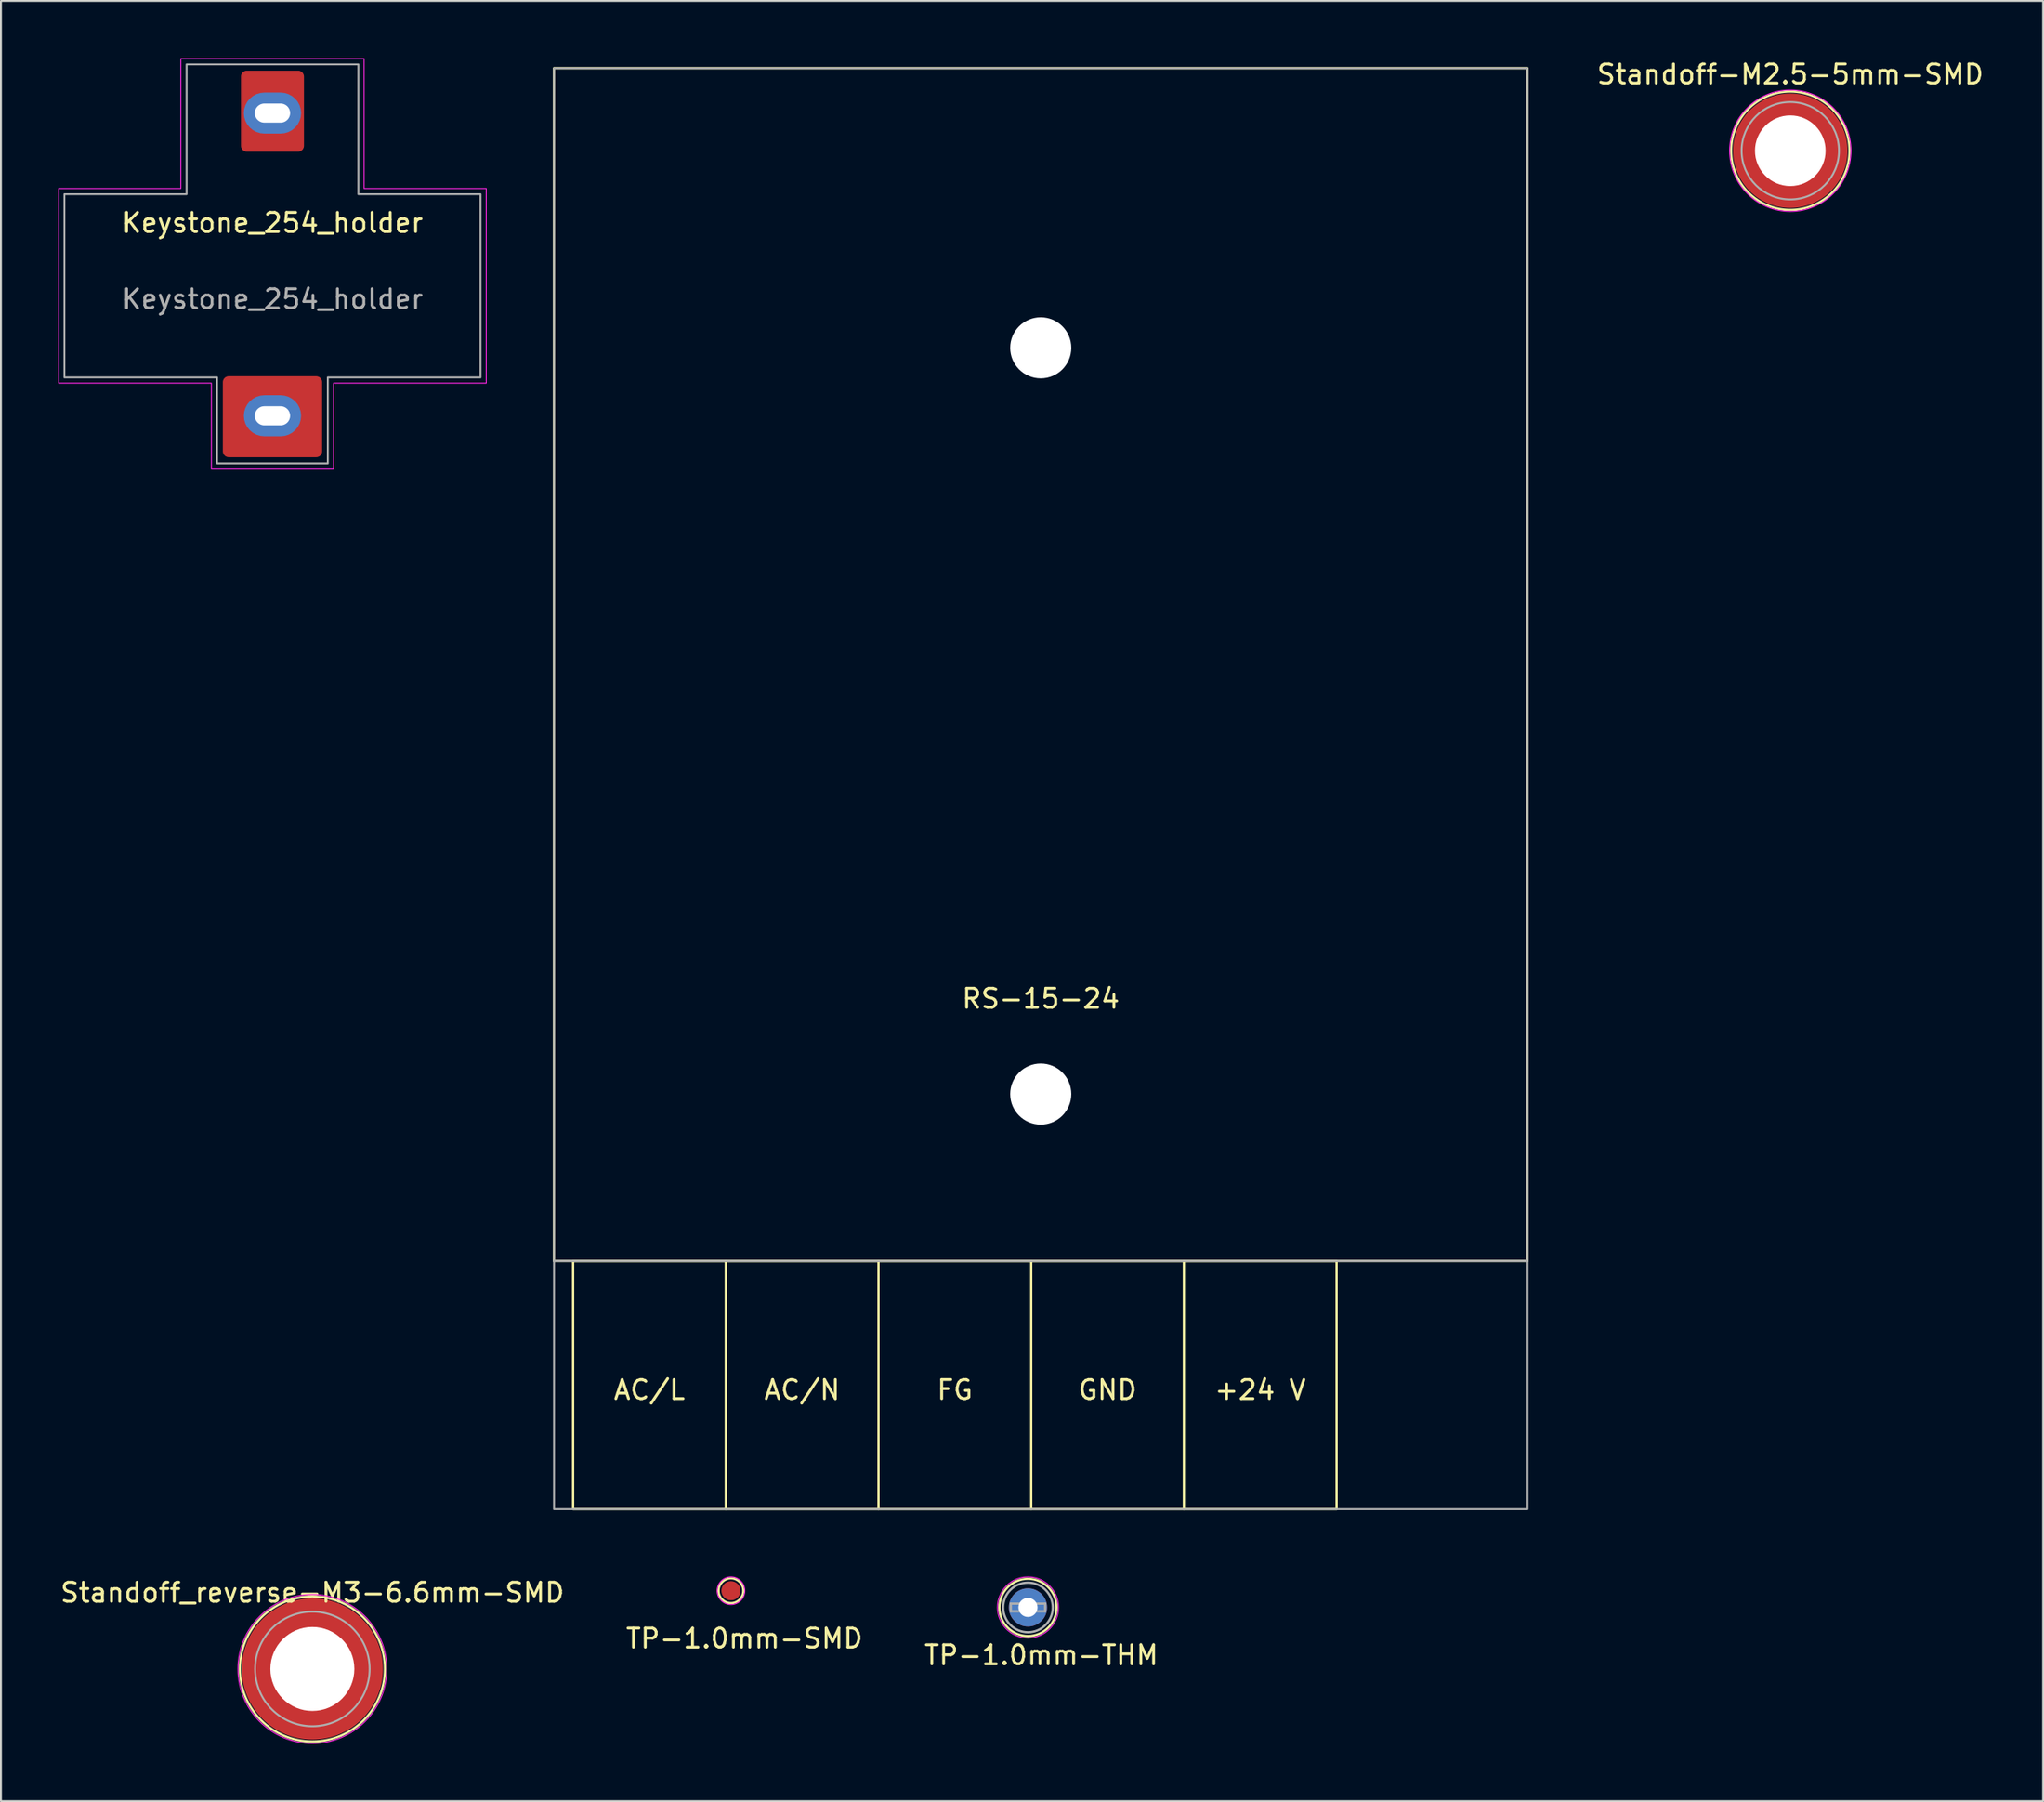
<source format=kicad_pcb>
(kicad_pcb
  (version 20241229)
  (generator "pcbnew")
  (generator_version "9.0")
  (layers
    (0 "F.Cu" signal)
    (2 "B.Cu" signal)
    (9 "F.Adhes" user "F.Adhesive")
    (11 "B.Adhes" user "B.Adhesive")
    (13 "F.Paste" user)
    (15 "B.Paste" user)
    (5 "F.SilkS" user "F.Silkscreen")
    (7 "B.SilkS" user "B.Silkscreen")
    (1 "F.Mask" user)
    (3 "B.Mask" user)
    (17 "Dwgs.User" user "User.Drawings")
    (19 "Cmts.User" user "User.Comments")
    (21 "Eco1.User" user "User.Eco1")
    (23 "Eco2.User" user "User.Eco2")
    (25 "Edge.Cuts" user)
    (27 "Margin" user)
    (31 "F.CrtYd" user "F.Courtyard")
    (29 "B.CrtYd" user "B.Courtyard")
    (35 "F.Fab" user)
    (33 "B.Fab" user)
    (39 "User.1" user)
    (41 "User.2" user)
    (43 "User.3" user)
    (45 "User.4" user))
  (footprint "Keystone_254_holder"
    (layer "F.Cu")
    (at 11.225 37.625)
    (property "Reference" "Keystone_254_holder" (at 0 -29 0) (unlocked yes) (layer "F.SilkS") (effects (font (size 1 1) (thickness 0.15))))
    (fp_poly (pts (xy -4.8 -37.6) (xy -4.8 -30.8) (xy -11.2 -30.8) (xy -11.2 -20.6) (xy -3.2 -20.6) (xy -3.2 -16.1) (xy 3.2 -16.1) (xy 3.2 -20.6) (xy 11.2 -20.6) (xy 11.2 -30.8) (xy 4.8 -30.8) (xy 4.8 -37.6)) (stroke (width 0.05) (type solid)) (fill no) (layer "F.CrtYd"))
    (fp_poly (pts (xy -4.5 -37.3) (xy -4.5 -30.5) (xy -10.9 -30.5) (xy -10.9 -20.9) (xy -2.9 -20.9) (xy -2.9 -16.4) (xy 2.9 -16.4) (xy 2.9 -20.9) (xy 10.9 -20.9) (xy 10.9 -30.5) (xy 4.5 -30.5) (xy 4.5 -37.3)) (stroke (width 0.1) (type solid)) (fill no) (layer "F.Fab"))
    (fp_line (start -0.5 0) (end 0.5 0) (stroke (width 0.1) (type default)) (layer "User.1"))
    (fp_line (start 0 -0.5) (end 0 0.5) (stroke (width 0.1) (type default)) (layer "User.1"))
    (fp_text user "${REFERENCE}" (at 0 -25 0) (unlocked yes) (layer "F.Fab") (effects (font (size 1 1) (thickness 0.15))))
    (pad "" thru_hole roundrect (at 0 -34.75 270) (size 2.15 3) (drill oval 1 1.85) (layers "*.Cu" "*.Mask") (roundrect_rratio 0.5))
    (pad "" thru_hole roundrect (at 0 -18.89 270) (size 2.15 3) (drill oval 1 1.85) (layers "*.Cu" "*.Mask") (roundrect_rratio 0.5))
    (pad "1" smd roundrect (at 0 -34.85 270) (size 4.24 3.3) (layers "F.Cu" "F.Mask" "F.Paste") (roundrect_rratio 0.091))
    (pad "1" smd roundrect (at 0 -18.84 270) (size 4.24 5.2) (layers "F.Cu" "F.Mask" "F.Paste") (roundrect_rratio 0.071)))
  (footprint "RS-15-24"
    (layer "F.Cu")
    (at 51.475 54.275)
    (property "Reference" "RS-15-24" (at 0 -5 0) (unlocked yes) (layer "F.SilkS") (effects (font (size 1 1) (thickness 0.15))))
    (fp_line (start -16.5 8.75) (end -16.5 21.75) (stroke (width 0.12) (type default)) (layer "F.SilkS"))
    (fp_line (start -8.5 8.75) (end -8.5 21.75) (stroke (width 0.12) (type default)) (layer "F.SilkS"))
    (fp_line (start -0.5 8.75) (end -0.5 21.75) (stroke (width 0.12) (type default)) (layer "F.SilkS"))
    (fp_line (start 7.5 8.75) (end 7.5 21.75) (stroke (width 0.12) (type default)) (layer "F.SilkS"))
    (fp_rect (start -25.5 -53.75) (end 25.5 8.75) (stroke (width 0.12) (type default)) (fill no) (layer "F.SilkS"))
    (fp_rect (start -24.5 8.75) (end 15.5 21.75) (stroke (width 0.12) (type default)) (fill no) (layer "F.SilkS"))
    (fp_rect (start -26 -54.25) (end 26 22.25) (stroke (width 0.05) (type default)) (fill no) (layer "Margin"))
    (fp_rect (start -25.5 -53.75) (end 25.5 8.75) (stroke (width 0.1) (type default)) (fill no) (layer "F.Fab"))
    (fp_rect (start -25.5 8.75) (end 25.5 21.75) (stroke (width 0.1) (type default)) (fill no) (layer "F.Fab"))
    (fp_text user "AC/L" (at -20.5 15.5 0) (unlocked yes) (layer "F.SilkS") (effects (font (size 1 1) (thickness 0.15))))
    (fp_text user "FG" (at -4.5 15.5 0) (unlocked yes) (layer "F.SilkS") (effects (font (size 1 1) (thickness 0.15))))
    (fp_text user "GND" (at 3.5 15.5 0) (unlocked yes) (layer "F.SilkS") (effects (font (size 1 1) (thickness 0.15))))
    (fp_text user "+24 V" (at 11.5 15.5 0) (unlocked yes) (layer "F.SilkS") (effects (font (size 1 1) (thickness 0.15))))
    (fp_text user "AC/N" (at -12.5 15.5 0) (unlocked yes) (layer "F.SilkS") (effects (font (size 1 1) (thickness 0.15))))
    (pad "" np_thru_hole circle (at 0 -39.1 180) (size 3.2 3.2) (drill 3.2) (layers "*.Cu" "*.Mask"))
    (pad "" np_thru_hole circle (at 0 0 180) (size 3.2 3.2) (drill 3.2) (layers "*.Cu" "*.Mask")))
  (footprint "Standoff-M2.5-5mm-SMD"
    (layer "F.Cu")
    (at 90.744 4.848)
    (property "Reference" "Standoff-M2.5-5mm-SMD" (at 0 -4 0) (unlocked yes) (layer "F.SilkS") (effects (font (size 1 1) (thickness 0.15))))
    (attr through_hole)
    (fp_circle (center 0 0) (end 3.1 0) (stroke (width 0.12) (type default)) (fill no) (layer "F.SilkS"))
    (fp_poly (pts (xy -1.867 0.371) (xy -1.803 0.612) (xy -1.708 0.842) (xy -1.583 1.058) (xy -1.432 1.255) (xy -1.255 1.432) (xy -1.058 1.583) (xy -0.842 1.708) (xy -0.612 1.803) (xy -0.371 1.867) (xy -0.325 1.874) (xy -0.325 2.897) (xy -0.489 2.879) (xy -0.808 2.806) (xy -1.117 2.698) (xy -1.412 2.556) (xy -1.69 2.381) (xy -1.946 2.177) (xy -2.177 1.946) (xy -2.381 1.69) (xy -2.556 1.412) (xy -2.698 1.117) (xy -2.806 0.808) (xy -2.879 0.489) (xy -2.897 0.325) (xy -1.874 0.325)) (stroke (width 0.1) (type default)) (fill yes) (layer "F.Paste"))
    (fp_poly (pts (xy -0.325 -1.874) (xy -0.371 -1.867) (xy -0.612 -1.803) (xy -0.842 -1.708) (xy -1.058 -1.583) (xy -1.255 -1.432) (xy -1.432 -1.255) (xy -1.583 -1.058) (xy -1.708 -0.842) (xy -1.803 -0.612) (xy -1.867 -0.371) (xy -1.874 -0.325) (xy -2.897 -0.325) (xy -2.879 -0.489) (xy -2.806 -0.808) (xy -2.698 -1.117) (xy -2.556 -1.412) (xy -2.381 -1.69) (xy -2.177 -1.946) (xy -1.946 -2.177) (xy -1.69 -2.381) (xy -1.412 -2.556) (xy -1.117 -2.698) (xy -0.808 -2.806) (xy -0.489 -2.879) (xy -0.325 -2.897)) (stroke (width 0.1) (type default)) (fill yes) (layer "F.Paste"))
    (fp_poly (pts (xy 0.489 -2.879) (xy 0.808 -2.806) (xy 1.117 -2.698) (xy 1.412 -2.556) (xy 1.69 -2.381) (xy 1.946 -2.177) (xy 2.177 -1.946) (xy 2.381 -1.69) (xy 2.556 -1.412) (xy 2.698 -1.117) (xy 2.806 -0.808) (xy 2.879 -0.489) (xy 2.897 -0.325) (xy 1.874 -0.325) (xy 1.867 -0.371) (xy 1.803 -0.612) (xy 1.708 -0.842) (xy 1.583 -1.058) (xy 1.432 -1.255) (xy 1.255 -1.432) (xy 1.058 -1.583) (xy 0.842 -1.708) (xy 0.612 -1.803) (xy 0.371 -1.867) (xy 0.325 -1.874) (xy 0.325 -2.897)) (stroke (width 0.1) (type default)) (fill yes) (layer "F.Paste"))
    (fp_poly (pts (xy 2.879 0.489) (xy 2.806 0.808) (xy 2.698 1.117) (xy 2.556 1.412) (xy 2.381 1.69) (xy 2.177 1.946) (xy 1.946 2.177) (xy 1.69 2.381) (xy 1.412 2.556) (xy 1.117 2.698) (xy 0.808 2.806) (xy 0.489 2.879) (xy 0.325 2.897) (xy 0.325 1.874) (xy 0.371 1.867) (xy 0.612 1.803) (xy 0.842 1.708) (xy 1.058 1.583) (xy 1.255 1.432) (xy 1.432 1.255) (xy 1.583 1.058) (xy 1.708 0.842) (xy 1.803 0.612) (xy 1.867 0.371) (xy 1.874 0.325) (xy 2.897 0.325)) (stroke (width 0.1) (type default)) (fill yes) (layer "F.Paste"))
    (fp_circle (center 0 0) (end 3.18 0) (stroke (width 0.05) (type solid)) (fill no) (layer "F.CrtYd"))
    (fp_circle (center 0 0) (end 2.55 0) (stroke (width 0.1) (type default)) (fill no) (layer "F.Fab"))
    (pad "" np_thru_hole circle (at 0 0) (size 6 6) (drill 3.7) (layers "F.Cu" "F.Mask")))
  (footprint "Standoff_reverse-M3-6.6mm-SMD"
    (layer "F.Cu")
    (at 13.315 84.398)
    (property "Reference" "Standoff_reverse-M3-6.6mm-SMD" (at 0 -4 0) (unlocked yes) (layer "F.SilkS") (effects (font (size 1 1) (thickness 0.15))))
    (attr through_hole)
    (fp_circle (center 0 0) (end 3.8 0) (stroke (width 0.12) (type solid)) (fill no) (layer "F.SilkS"))
    (fp_poly (pts (xy 0.51 -3.6) (xy 0.678 -3.572) (xy 0.845 -3.536) (xy 1.009 -3.493) (xy 1.172 -3.441) (xy 1.332 -3.383) (xy 1.489 -3.317) (xy 1.643 -3.243) (xy 1.793 -3.163) (xy 1.939 -3.075) (xy 2.081 -2.981) (xy 2.219 -2.88) (xy 2.351 -2.773) (xy 2.479 -2.659) (xy 2.601 -2.54) (xy 2.717 -2.416) (xy 2.827 -2.286) (xy 2.931 -2.151) (xy 3.029 -2.011) (xy 3.12 -1.867) (xy 3.204 -1.718) (xy 3.281 -1.566) (xy 3.351 -1.411) (xy 3.413 -1.252) (xy 3.468 -1.091) (xy 3.515 -0.927) (xy 3.555 -0.761) (xy 3.587 -0.594) (xy 3.611 -0.425) (xy 3.613 -0.4) (xy 2.203 -0.4) (xy 2.192 -0.466) (xy 2.16 -0.596) (xy 2.12 -0.724) (xy 2.073 -0.85) (xy 2.019 -0.972) (xy 1.957 -1.091) (xy 1.888 -1.206) (xy 1.813 -1.317) (xy 1.731 -1.423) (xy 1.642 -1.524) (xy 1.548 -1.619) (xy 1.449 -1.709) (xy 1.344 -1.793) (xy 1.234 -1.87) (xy 1.12 -1.94) (xy 1.002 -2.004) (xy 0.881 -2.06) (xy 0.756 -2.109) (xy 0.628 -2.151) (xy 0.499 -2.184) (xy 0.4 -2.204) (xy 0.4 -3.613)) (stroke (width 0) (type default)) (fill yes) (layer "F.Paste"))
    (fp_poly (pts (xy 3.611 0.425) (xy 3.587 0.594) (xy 3.555 0.761) (xy 3.515 0.927) (xy 3.468 1.091) (xy 3.413 1.252) (xy 3.351 1.411) (xy 3.281 1.566) (xy 3.204 1.718) (xy 3.12 1.867) (xy 3.029 2.011) (xy 2.931 2.151) (xy 2.827 2.286) (xy 2.717 2.416) (xy 2.601 2.54) (xy 2.479 2.659) (xy 2.351 2.773) (xy 2.219 2.88) (xy 2.081 2.981) (xy 1.939 3.075) (xy 1.793 3.163) (xy 1.643 3.243) (xy 1.489 3.317) (xy 1.332 3.383) (xy 1.172 3.441) (xy 1.009 3.493) (xy 0.845 3.536) (xy 0.678 3.572) (xy 0.51 3.6) (xy 0.4 3.613) (xy 0.4 2.204) (xy 0.499 2.184) (xy 0.628 2.151) (xy 0.756 2.109) (xy 0.881 2.06) (xy 1.002 2.004) (xy 1.12 1.94) (xy 1.234 1.87) (xy 1.344 1.793) (xy 1.449 1.709) (xy 1.548 1.619) (xy 1.642 1.524) (xy 1.731 1.423) (xy 1.813 1.317) (xy 1.888 1.206) (xy 1.957 1.091) (xy 2.019 0.972) (xy 2.073 0.85) (xy 2.12 0.724) (xy 2.16 0.596) (xy 2.192 0.466) (xy 2.203 0.4) (xy 3.613 0.4)) (stroke (width 0) (type default)) (fill yes) (layer "F.Paste"))
    (fp_poly (pts (xy -2.204 0.4) (xy -2.177 0.531) (xy -2.141 0.66) (xy -2.098 0.787) (xy -2.047 0.911) (xy -1.989 1.032) (xy -1.923 1.149) (xy -1.851 1.262) (xy -1.772 1.371) (xy -1.687 1.474) (xy -1.596 1.572) (xy -1.499 1.665) (xy -1.397 1.752) (xy -1.29 1.832) (xy -1.178 1.906) (xy -1.062 1.973) (xy -0.942 2.033) (xy -0.819 2.086) (xy -0.692 2.131) (xy -0.564 2.168) (xy -0.433 2.198) (xy -0.4 2.204) (xy -0.4 3.613) (xy -0.51 3.6) (xy -0.678 3.572) (xy -0.845 3.536) (xy -1.009 3.493) (xy -1.172 3.441) (xy -1.332 3.383) (xy -1.489 3.317) (xy -1.643 3.243) (xy -1.793 3.163) (xy -1.939 3.075) (xy -2.081 2.981) (xy -2.219 2.88) (xy -2.351 2.773) (xy -2.479 2.659) (xy -2.601 2.54) (xy -2.717 2.416) (xy -2.827 2.286) (xy -2.931 2.151) (xy -3.029 2.011) (xy -3.12 1.867) (xy -3.204 1.718) (xy -3.281 1.566) (xy -3.351 1.411) (xy -3.413 1.252) (xy -3.468 1.091) (xy -3.515 0.927) (xy -3.555 0.761) (xy -3.587 0.594) (xy -3.611 0.425) (xy -3.613 0.4) (xy -2.205 0.4)) (stroke (width 0) (type default)) (fill yes) (layer "F.Paste"))
    (fp_poly (pts (xy -0.4 -2.204) (xy -0.433 -2.198) (xy -0.564 -2.168) (xy -0.692 -2.131) (xy -0.819 -2.086) (xy -0.942 -2.033) (xy -1.062 -1.973) (xy -1.178 -1.906) (xy -1.29 -1.832) (xy -1.397 -1.752) (xy -1.499 -1.665) (xy -1.596 -1.572) (xy -1.687 -1.474) (xy -1.772 -1.371) (xy -1.851 -1.262) (xy -1.923 -1.149) (xy -1.989 -1.032) (xy -2.047 -0.911) (xy -2.098 -0.787) (xy -2.141 -0.66) (xy -2.177 -0.531) (xy -2.204 -0.4) (xy -2.205 -0.4) (xy -3.613 -0.4) (xy -3.611 -0.425) (xy -3.587 -0.594) (xy -3.555 -0.761) (xy -3.515 -0.927) (xy -3.468 -1.091) (xy -3.413 -1.252) (xy -3.351 -1.411) (xy -3.281 -1.566) (xy -3.204 -1.718) (xy -3.12 -1.867) (xy -3.029 -2.011) (xy -2.931 -2.151) (xy -2.827 -2.286) (xy -2.717 -2.416) (xy -2.601 -2.54) (xy -2.479 -2.659) (xy -2.351 -2.773) (xy -2.219 -2.88) (xy -2.081 -2.981) (xy -1.939 -3.075) (xy -1.793 -3.163) (xy -1.643 -3.243) (xy -1.489 -3.317) (xy -1.332 -3.383) (xy -1.172 -3.441) (xy -1.009 -3.493) (xy -0.845 -3.536) (xy -0.678 -3.572) (xy -0.51 -3.6) (xy -0.4 -3.613)) (stroke (width 0) (type default)) (fill yes) (layer "F.Paste"))
    (fp_circle (center 0 0) (end 3.9 0) (stroke (width 0.05) (type solid)) (fill no) (layer "F.CrtYd"))
    (fp_circle (center 0 0) (end 3 0) (stroke (width 0.1) (type solid)) (fill no) (layer "F.Fab"))
    (pad "" np_thru_hole circle (at 0 0) (size 7.4 7.4) (drill 4.4) (layers "F.Cu" "F.Mask")))
  (footprint "TP-1.0mm-SMD"
    (layer "F.Cu")
    (at 35.246 80.3)
    (property "Reference" "TP-1.0mm-SMD" (at 0.7 2.5 0) (layer "F.SilkS") (effects (font (size 1 1) (thickness 0.15))))
    (attr smd)
    (fp_circle (center 0 0) (end 0.65 0) (stroke (width 0.12) (type solid)) (fill no) (layer "F.SilkS"))
    (fp_circle (center 0 0) (end 0.725 0) (stroke (width 0.05) (type solid)) (fill no) (layer "F.CrtYd"))
    (pad "1" smd circle (at 0 0) (size 1 1) (layers "F.Cu" "F.Mask" "F.Paste")))
  (footprint "TP-1.0mm-THM"
    (layer "F.Cu")
    (at 50.806 81.175)
    (property "Reference" "TP-1.0mm-THM" (at 0.7 2.5 0) (layer "F.SilkS") (effects (font (size 1 1) (thickness 0.15))))
    (attr through_hole)
    (fp_circle (center 0 0) (end 1.5 0) (stroke (width 0.12) (type solid)) (fill no) (layer "F.SilkS"))
    (fp_circle (center 0 0) (end 1.6 0) (stroke (width 0.05) (type solid)) (fill no) (layer "F.CrtYd"))
    (fp_line (start -0.9 -0.2) (end 0.9 -0.2) (stroke (width 0.12) (type solid)) (layer "F.Fab"))
    (fp_line (start -0.9 0.2) (end -0.9 -0.2) (stroke (width 0.12) (type solid)) (layer "F.Fab"))
    (fp_line (start 0.9 -0.2) (end 0.9 0.2) (stroke (width 0.12) (type solid)) (layer "F.Fab"))
    (fp_line (start 0.9 0.2) (end -0.9 0.2) (stroke (width 0.12) (type solid)) (layer "F.Fab"))
    (fp_circle (center 0 0) (end 1.3 0) (stroke (width 0.12) (type solid)) (fill no) (layer "F.Fab"))
    (pad "1" thru_hole circle (at 0 0) (size 2 2) (drill 1) (layers "*.Cu" "*.Mask")))
  (gr_rect
    (start -3 -3)
    (end 103.988 91.323)
    (stroke (width 0.1) (type default))
    (fill no)
    (layer "Edge.Cuts")))
</source>
